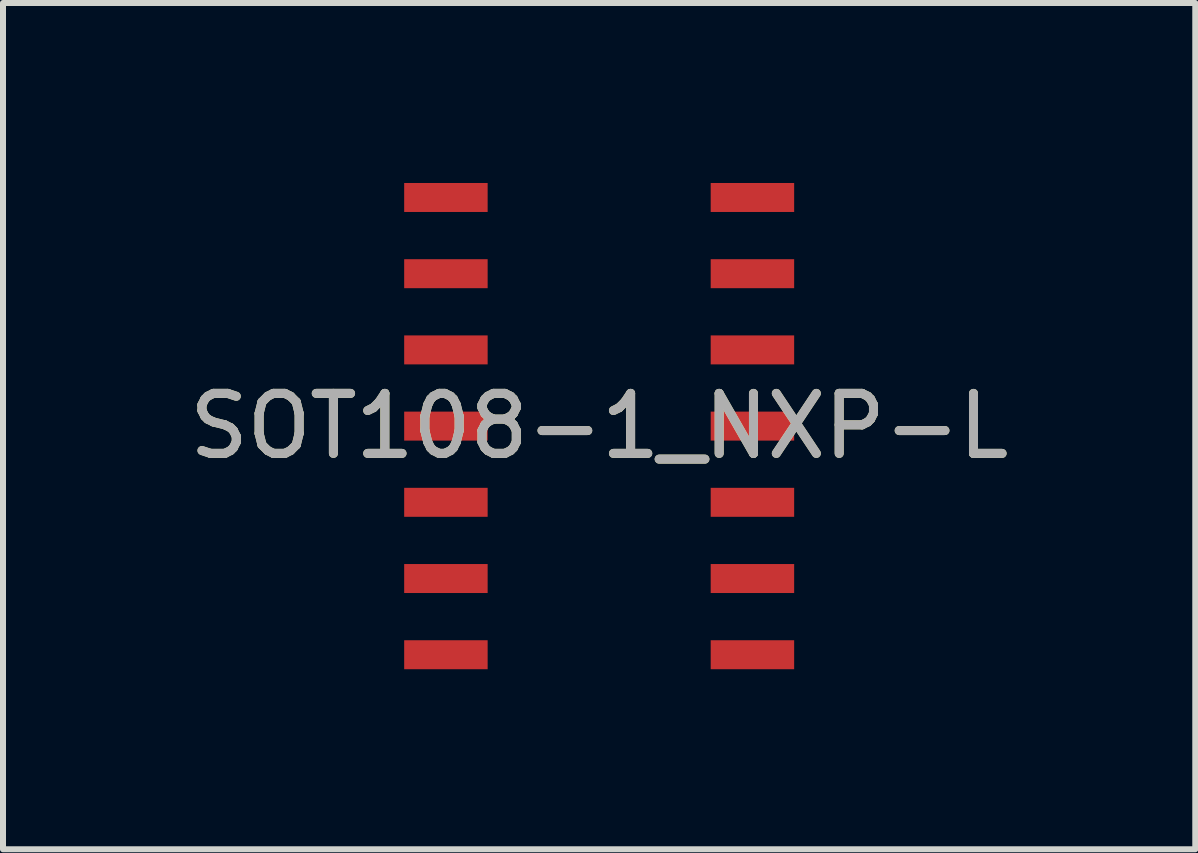
<source format=kicad_pcb>
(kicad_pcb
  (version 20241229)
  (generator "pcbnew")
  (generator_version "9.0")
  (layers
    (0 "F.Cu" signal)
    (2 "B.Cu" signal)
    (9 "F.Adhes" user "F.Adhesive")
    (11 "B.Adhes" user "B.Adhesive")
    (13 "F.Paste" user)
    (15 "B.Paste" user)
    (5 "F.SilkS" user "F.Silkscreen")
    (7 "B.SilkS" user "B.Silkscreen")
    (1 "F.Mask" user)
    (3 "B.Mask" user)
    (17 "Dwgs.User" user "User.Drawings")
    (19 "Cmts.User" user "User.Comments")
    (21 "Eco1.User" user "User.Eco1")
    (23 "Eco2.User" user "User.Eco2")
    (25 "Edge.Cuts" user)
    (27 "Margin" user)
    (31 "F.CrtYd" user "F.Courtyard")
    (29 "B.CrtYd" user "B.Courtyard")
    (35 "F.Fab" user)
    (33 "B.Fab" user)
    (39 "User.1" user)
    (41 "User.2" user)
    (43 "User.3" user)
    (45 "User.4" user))
  (footprint "SOT108-1_NXP-L"
    (layer "F.Cu")
    (at 6.935 4.051)
    (property "Reference" "SOT108-1_NXP-L" (at 0 0 0) (unlocked yes) (layer "F.SilkS") (effects (font (size 1 1) (thickness 0.15))))
    (attr smd)
    (fp_text user "${REFERENCE}" (at 0 0 0) (unlocked yes) (layer "F.Fab") (effects (font (size 1 1) (thickness 0.15))))
    (pad "1" smd rect (at -2.554 -3.81) (size 1.391 0.483) (layers "F.Cu" "F.Mask" "F.Paste"))
    (pad "2" smd rect (at -2.554 -2.54) (size 1.391 0.483) (layers "F.Cu" "F.Mask" "F.Paste"))
    (pad "3" smd rect (at -2.554 -1.27) (size 1.391 0.483) (layers "F.Cu" "F.Mask" "F.Paste"))
    (pad "4" smd rect (at -2.554 0) (size 1.391 0.483) (layers "F.Cu" "F.Mask" "F.Paste"))
    (pad "5" smd rect (at -2.554 1.27) (size 1.391 0.483) (layers "F.Cu" "F.Mask" "F.Paste"))
    (pad "6" smd rect (at -2.554 2.54) (size 1.391 0.483) (layers "F.Cu" "F.Mask" "F.Paste"))
    (pad "7" smd rect (at -2.554 3.81) (size 1.391 0.483) (layers "F.Cu" "F.Mask" "F.Paste"))
    (pad "8" smd rect (at 2.554 3.81) (size 1.391 0.483) (layers "F.Cu" "F.Mask" "F.Paste"))
    (pad "9" smd rect (at 2.554 2.54) (size 1.391 0.483) (layers "F.Cu" "F.Mask" "F.Paste"))
    (pad "10" smd rect (at 2.554 1.27) (size 1.391 0.483) (layers "F.Cu" "F.Mask" "F.Paste"))
    (pad "11" smd rect (at 2.554 0) (size 1.391 0.483) (layers "F.Cu" "F.Mask" "F.Paste"))
    (pad "12" smd rect (at 2.554 -1.27) (size 1.391 0.483) (layers "F.Cu" "F.Mask" "F.Paste"))
    (pad "13" smd rect (at 2.554 -2.54) (size 1.391 0.483) (layers "F.Cu" "F.Mask" "F.Paste"))
    (pad "14" smd rect (at 2.554 -3.81) (size 1.391 0.483) (layers "F.Cu" "F.Mask" "F.Paste")))
  (gr_rect
    (start -3 -3)
    (end 16.869 11.103)
    (stroke (width 0.1) (type default))
    (fill no)
    (layer "Edge.Cuts")))
</source>
